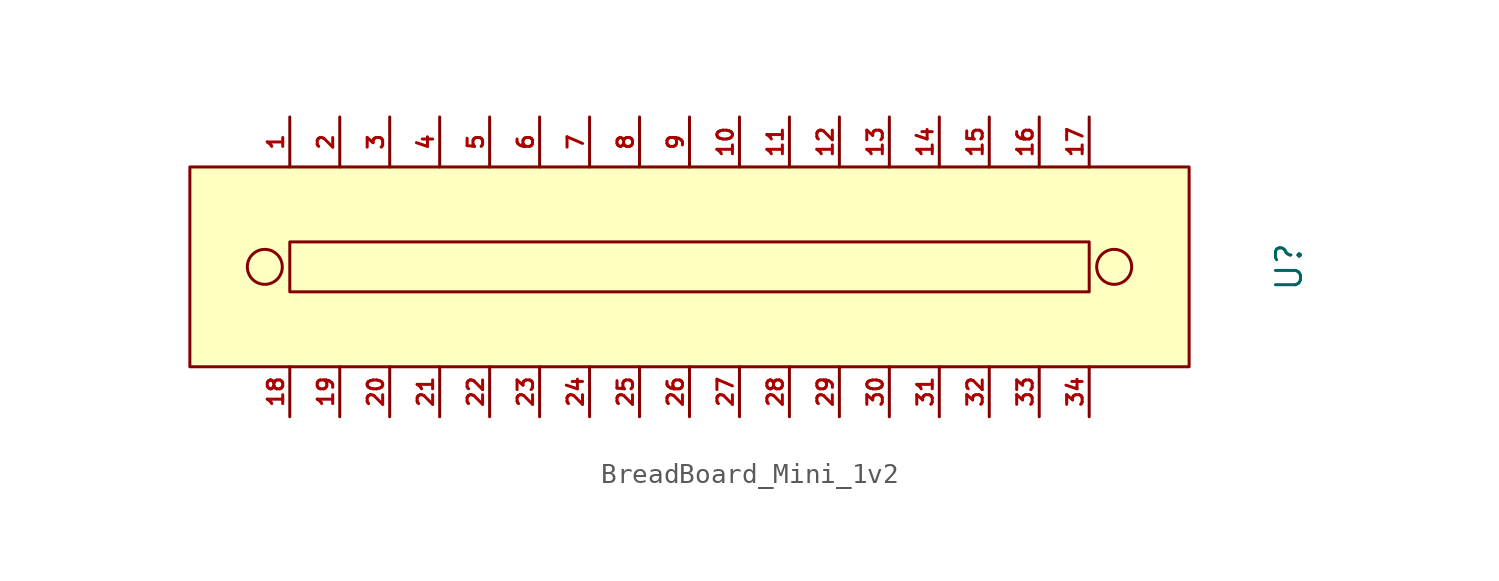
<source format=kicad_sym>
(kicad_symbol_lib
  (version 20220914)
  (generator kicad_symbol_editor)
  (symbol "BreadBoard_Mini_1v2"
    (pin_names
      (offset 0) hide)
    (property "Reference" "U"
      (at 30.48 0 90)
      (do_not_autoplace)
      (effects (font (size 1.27 1.27))))
    (symbol "BreadBoard_Mini_1v2_0_1"
      (rectangle (start -25.4 5.08) (end 25.4 -5.08) (stroke (width 0) (type default)) (fill (type background)))
      (circle (center -21.59 0) (radius 0.889) (stroke (width 0) (type default)) (fill (type none)))
      (rectangle (start -20.32 1.27) (end 20.32 -1.27) (stroke (width 0) (type default)) (fill (type none)))
      (circle (center 21.59 0) (radius 0.889) (stroke (width 0) (type default)) (fill (type none))))
    (symbol "BreadBoard_Mini_1v2_1_0"
      (pin bidirectional line (at 2.54 7.62 270) (length 2.54) (name "10" (effects (font (size 0.787 0.787)))) (number "10" (effects (font (size 0.787 0.787)))))
      (pin bidirectional line (at 5.08 7.62 270) (length 2.54) (name "11" (effects (font (size 0.787 0.787)))) (number "11" (effects (font (size 0.787 0.787)))))
      (pin bidirectional line (at 7.62 7.62 270) (length 2.54) (name "12" (effects (font (size 0.787 0.787)))) (number "12" (effects (font (size 0.787 0.787)))))
      (pin bidirectional line (at 10.16 7.62 270) (length 2.54) (name "13" (effects (font (size 0.787 0.787)))) (number "13" (effects (font (size 0.787 0.787)))))
      (pin bidirectional line (at 12.7 7.62 270) (length 2.54) (name "14" (effects (font (size 0.787 0.787)))) (number "14" (effects (font (size 0.787 0.787)))))
      (pin bidirectional line (at 15.24 7.62 270) (length 2.54) (name "15" (effects (font (size 0.787 0.787)))) (number "15" (effects (font (size 0.787 0.787)))))
      (pin bidirectional line (at 17.78 7.62 270) (length 2.54) (name "16" (effects (font (size 0.787 0.787)))) (number "16" (effects (font (size 0.787 0.787)))))
      (pin bidirectional line (at 20.32 7.62 270) (length 2.54) (name "17" (effects (font (size 0.787 0.787)))) (number "17" (effects (font (size 0.787 0.787)))))
      (pin bidirectional line (at -20.32 -7.62 90) (length 2.54) (name "18" (effects (font (size 0.787 0.787)))) (number "18" (effects (font (size 0.787 0.787)))))
      (pin bidirectional line (at -17.78 -7.62 90) (length 2.54) (name "19" (effects (font (size 0.787 0.787)))) (number "19" (effects (font (size 0.787 0.787)))))
      (pin bidirectional line (at -17.78 7.62 270) (length 2.54) (name "2" (effects (font (size 0.787 0.787)))) (number "2" (effects (font (size 0.787 0.787)))))
      (pin bidirectional line (at -15.24 -7.62 90) (length 2.54) (name "20" (effects (font (size 0.787 0.787)))) (number "20" (effects (font (size 0.787 0.787)))))
      (pin bidirectional line (at -15.24 7.62 270) (length 2.54) (name "3" (effects (font (size 0.787 0.787)))) (number "3" (effects (font (size 0.787 0.787)))))
      (pin bidirectional line (at -12.7 7.62 270) (length 2.54) (name "4" (effects (font (size 0.787 0.787)))) (number "4" (effects (font (size 0.787 0.787)))))
      (pin bidirectional line (at -10.16 7.62 270) (length 2.54) (name "5" (effects (font (size 0.787 0.787)))) (number "5" (effects (font (size 0.787 0.787)))))
      (pin bidirectional line (at -7.62 7.62 270) (length 2.54) (name "6" (effects (font (size 0.787 0.787)))) (number "6" (effects (font (size 0.787 0.787)))))
      (pin bidirectional line (at -5.08 7.62 270) (length 2.54) (name "7" (effects (font (size 0.787 0.787)))) (number "7" (effects (font (size 0.787 0.787)))))
      (pin bidirectional line (at -2.54 7.62 270) (length 2.54) (name "8" (effects (font (size 0.787 0.787)))) (number "8" (effects (font (size 0.787 0.787)))))
      (pin bidirectional line (at 0 7.62 270) (length 2.54) (name "9" (effects (font (size 0.787 0.787)))) (number "9" (effects (font (size 0.787 0.787))))))
    (symbol "BreadBoard_Mini_1v2_1_1"
      (pin bidirectional line (at -20.32 7.62 270) (length 2.54) (name "1" (effects (font (size 0.787 0.787)))) (number "1" (effects (font (size 0.787 0.787)))))
      (pin bidirectional line (at -12.7 -7.62 90) (length 2.54) (name "21" (effects (font (size 0.787 0.787)))) (number "21" (effects (font (size 0.787 0.787)))))
      (pin bidirectional line (at -10.16 -7.62 90) (length 2.54) (name "22" (effects (font (size 0.787 0.787)))) (number "22" (effects (font (size 0.787 0.787)))))
      (pin bidirectional line (at -7.62 -7.62 90) (length 2.54) (name "23" (effects (font (size 0.787 0.787)))) (number "23" (effects (font (size 0.787 0.787)))))
      (pin bidirectional line (at -5.08 -7.62 90) (length 2.54) (name "24" (effects (font (size 0.787 0.787)))) (number "24" (effects (font (size 0.787 0.787)))))
      (pin bidirectional line (at -2.54 -7.62 90) (length 2.54) (name "25" (effects (font (size 0.787 0.787)))) (number "25" (effects (font (size 0.787 0.787)))))
      (pin bidirectional line (at 0 -7.62 90) (length 2.54) (name "26" (effects (font (size 0.787 0.787)))) (number "26" (effects (font (size 0.787 0.787)))))
      (pin bidirectional line (at 2.54 -7.62 90) (length 2.54) (name "27" (effects (font (size 0.787 0.787)))) (number "27" (effects (font (size 0.787 0.787)))))
      (pin bidirectional line (at 5.08 -7.62 90) (length 2.54) (name "28" (effects (font (size 0.787 0.787)))) (number "28" (effects (font (size 0.787 0.787)))))
      (pin bidirectional line (at 7.62 -7.62 90) (length 2.54) (name "29" (effects (font (size 0.787 0.787)))) (number "29" (effects (font (size 0.787 0.787)))))
      (pin bidirectional line (at 10.16 -7.62 90) (length 2.54) (name "30" (effects (font (size 0.787 0.787)))) (number "30" (effects (font (size 0.787 0.787)))))
      (pin bidirectional line (at 12.7 -7.62 90) (length 2.54) (name "31" (effects (font (size 0.787 0.787)))) (number "31" (effects (font (size 0.787 0.787)))))
      (pin bidirectional line (at 15.24 -7.62 90) (length 2.54) (name "32" (effects (font (size 0.787 0.787)))) (number "32" (effects (font (size 0.787 0.787)))))
      (pin bidirectional line (at 17.78 -7.62 90) (length 2.54) (name "33" (effects (font (size 0.787 0.787)))) (number "33" (effects (font (size 0.787 0.787)))))
      (pin bidirectional line (at 20.32 -7.62 90) (length 2.54) (name "34" (effects (font (size 0.787 0.787)))) (number "34" (effects (font (size 0.787 0.787))))))))
</source>
